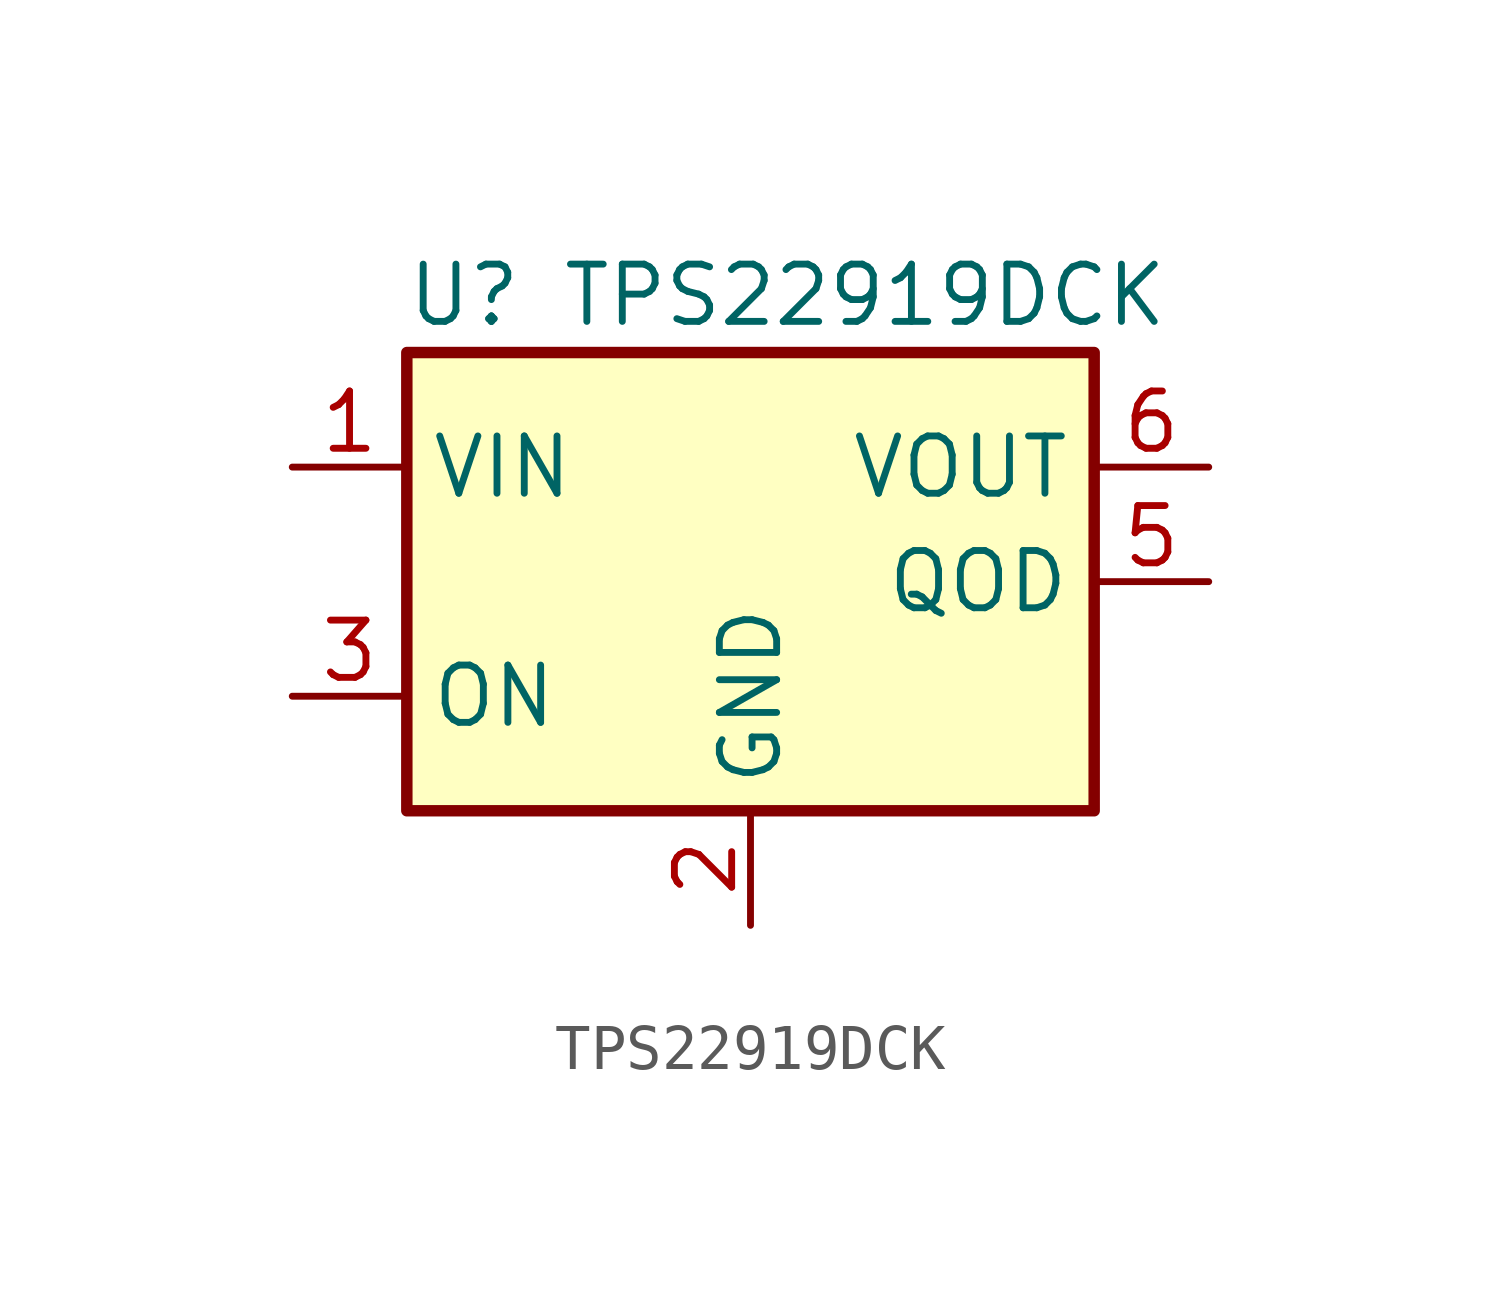
<source format=kicad_sym>
(kicad_symbol_lib
  (version 20231120)
  (generator "kicad_symbol_editor")
  (generator_version "8.0")
  (symbol "TPS22919DCK"
    (property "Reference" "U"
      (at -6.35 6.35 0)
      (effects (font (size 1.27 1.27))))
    (property "Value" "TPS22919DCK"
      (at 2.54 6.35 0)
      (effects (font (size 1.27 1.27))))
    (symbol "TPS22919DCK_0_1"
      (rectangle (start -7.62 5.08) (end 7.62 -5.08) (stroke (width 0.254) (type default)) (fill (type background))))
    (symbol "TPS22919DCK_1_1"
      (pin power_in line (at -10.16 2.54 0) (length 2.54) (name "VIN" (effects (font (size 1.27 1.27)))) (number "1" (effects (font (size 1.27 1.27)))))
      (pin power_in line (at 0 -7.62 90) (length 2.54) (name "GND" (effects (font (size 1.27 1.27)))) (number "2" (effects (font (size 1.27 1.27)))))
      (pin input line (at -10.16 -2.54 0) (length 2.54) (name "ON" (effects (font (size 1.27 1.27)))) (number "3" (effects (font (size 1.27 1.27)))))
      (pin open_collector line (at 10.16 0 180) (length 2.54) (name "QOD" (effects (font (size 1.27 1.27)))) (number "5" (effects (font (size 1.27 1.27)))))
      (pin power_out line (at 10.16 2.54 180) (length 2.54) (name "VOUT" (effects (font (size 1.27 1.27)))) (number "6" (effects (font (size 1.27 1.27))))))))
</source>
